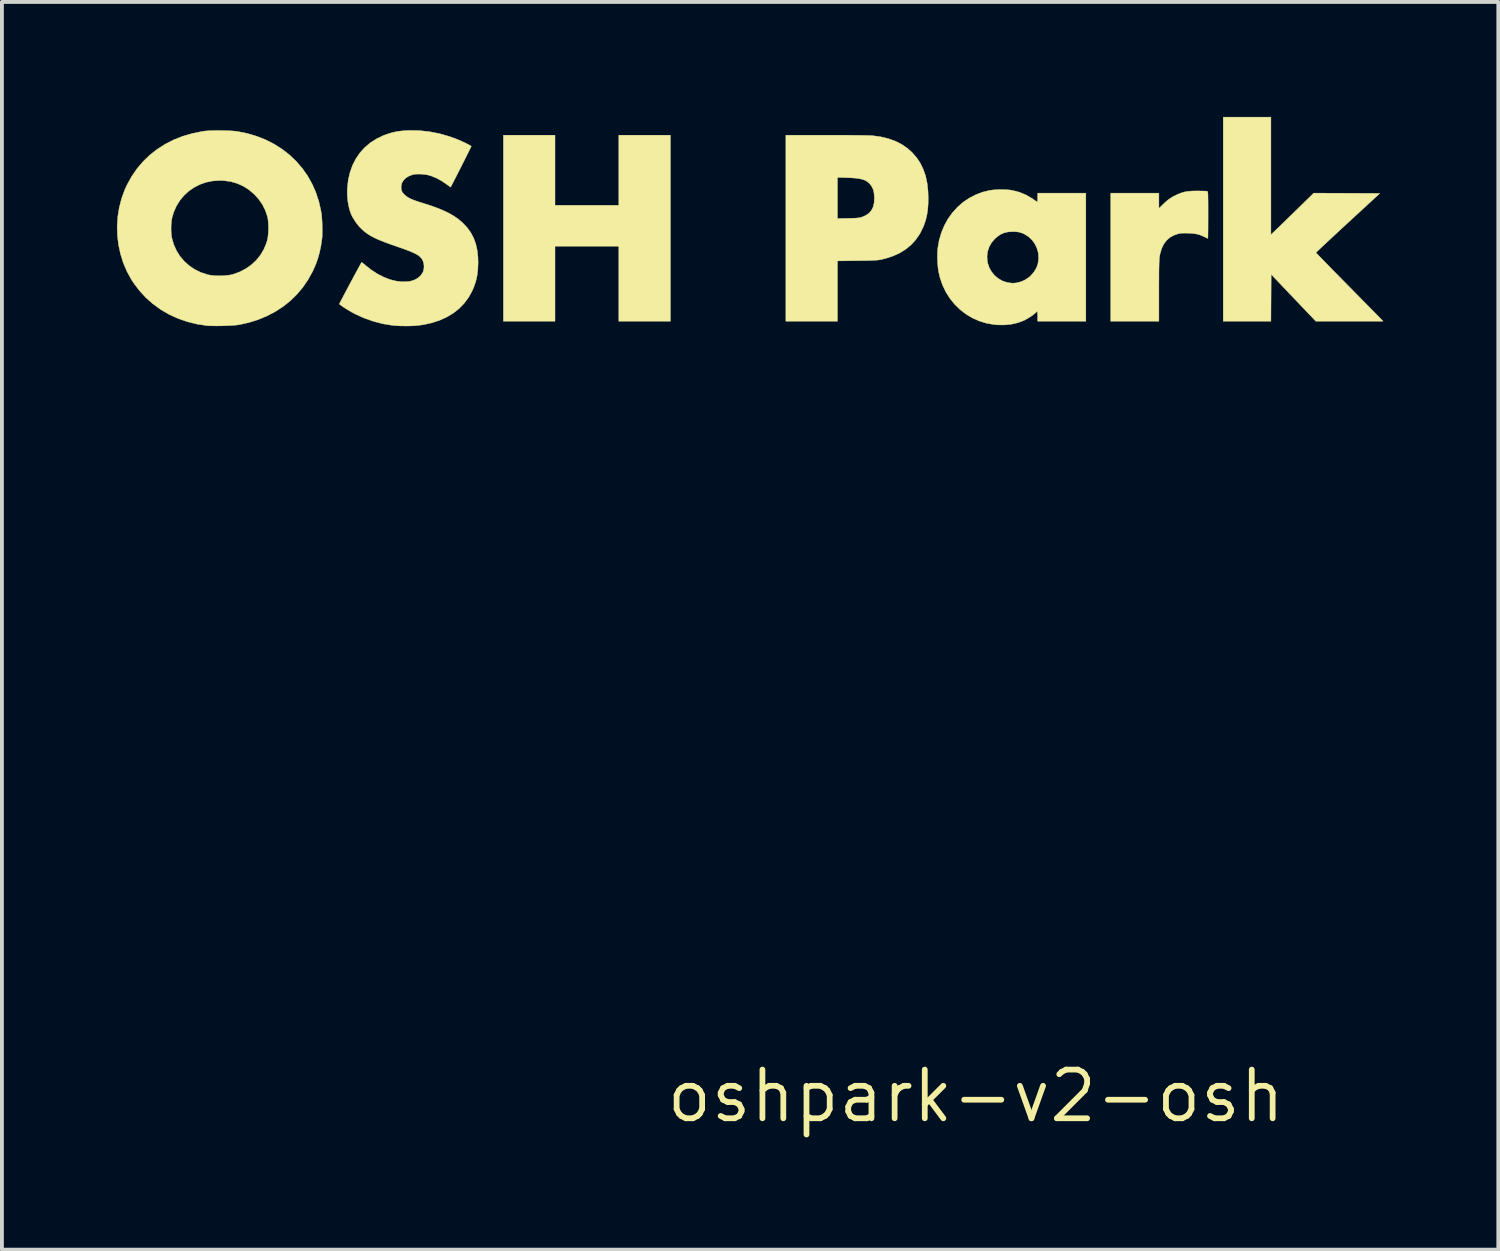
<source format=kicad_pcb>
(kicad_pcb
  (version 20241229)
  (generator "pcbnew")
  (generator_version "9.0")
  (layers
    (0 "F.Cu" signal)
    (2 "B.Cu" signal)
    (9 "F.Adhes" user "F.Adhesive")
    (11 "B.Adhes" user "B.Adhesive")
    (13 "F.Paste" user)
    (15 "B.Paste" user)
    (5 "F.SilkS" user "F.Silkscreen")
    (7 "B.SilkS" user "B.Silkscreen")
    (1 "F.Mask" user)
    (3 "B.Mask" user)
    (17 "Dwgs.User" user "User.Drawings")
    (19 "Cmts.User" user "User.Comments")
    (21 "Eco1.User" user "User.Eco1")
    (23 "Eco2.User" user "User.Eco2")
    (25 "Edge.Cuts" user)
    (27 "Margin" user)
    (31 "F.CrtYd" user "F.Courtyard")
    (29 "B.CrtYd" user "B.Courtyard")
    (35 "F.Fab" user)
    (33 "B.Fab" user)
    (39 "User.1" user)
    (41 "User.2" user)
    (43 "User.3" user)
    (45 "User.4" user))
  (footprint "oshpark-v2-osh"
    (layer "F.Cu")
    (at 22.396 25.532)
    (property "Reference" "oshpark-v2-osh" (at 0 0 0) (layer "F.SilkS") (effects (font (size 1.27 1.27) (thickness 0.15))))
    (attr through_hole)
    (fp_poly (pts (xy -10.973 -23.228) (xy -9.309 -23.228) (xy -9.309 -25.057) (xy -7.963 -25.057) (xy -7.963 -20.206) (xy -9.309 -20.206) (xy -9.309 -22.162) (xy -10.973 -22.162) (xy -10.973 -20.206) (xy -12.319 -20.206) (xy -12.319 -25.057) (xy -10.973 -25.057) (xy -10.973 -23.228)) (stroke (width 0.01) (type solid)) (fill yes) (layer "F.SilkS"))
    (fp_poly (pts (xy 7.696 -22.463) (xy 7.795 -22.556) (xy 7.823 -22.583) (xy 7.868 -22.627) (xy 7.927 -22.683) (xy 7.997 -22.751) (xy 8.076 -22.828) (xy 8.162 -22.912) (xy 8.253 -23) (xy 8.346 -23.092) (xy 8.352 -23.097) (xy 8.811 -23.546) (xy 9.673 -23.543) (xy 10.535 -23.539) (xy 9.703 -22.772) (xy 9.58 -22.658) (xy 9.462 -22.55) (xy 9.352 -22.447) (xy 9.249 -22.352) (xy 9.156 -22.265) (xy 9.074 -22.188) (xy 9.004 -22.122) (xy 8.947 -22.069) (xy 8.905 -22.029) (xy 8.879 -22.004) (xy 8.871 -21.995) (xy 8.88 -21.984) (xy 8.905 -21.957) (xy 8.945 -21.915) (xy 8.999 -21.859) (xy 9.066 -21.79) (xy 9.143 -21.711) (xy 9.23 -21.622) (xy 9.325 -21.524) (xy 9.428 -21.42) (xy 9.535 -21.311) (xy 9.551 -21.295) (xy 9.665 -21.179) (xy 9.779 -21.064) (xy 9.89 -20.951) (xy 9.997 -20.842) (xy 10.097 -20.74) (xy 10.189 -20.647) (xy 10.27 -20.565) (xy 10.339 -20.495) (xy 10.393 -20.439) (xy 10.426 -20.406) (xy 10.621 -20.206) (xy 8.866 -20.206) (xy 7.703 -21.427) (xy 7.696 -20.206) (xy 6.452 -20.206) (xy 6.452 -25.527) (xy 7.696 -25.527) (xy 7.696 -22.463)) (stroke (width 0.01) (type solid)) (fill yes) (layer "F.SilkS"))
    (fp_poly (pts (xy 5.854 -23.602) (xy 5.923 -23.601) (xy 5.979 -23.599) (xy 6.018 -23.597) (xy 6.036 -23.594) (xy 6.041 -23.59) (xy 6.045 -23.583) (xy 6.049 -23.57) (xy 6.051 -23.549) (xy 6.054 -23.518) (xy 6.055 -23.475) (xy 6.056 -23.417) (xy 6.057 -23.343) (xy 6.058 -23.25) (xy 6.058 -23.136) (xy 6.058 -22.999) (xy 6.058 -22.975) (xy 6.058 -22.853) (xy 6.057 -22.739) (xy 6.057 -22.636) (xy 6.056 -22.546) (xy 6.055 -22.471) (xy 6.054 -22.415) (xy 6.053 -22.378) (xy 6.051 -22.365) (xy 6.051 -22.365) (xy 6.037 -22.37) (xy 6.007 -22.384) (xy 5.972 -22.401) (xy 5.889 -22.439) (xy 5.811 -22.467) (xy 5.728 -22.485) (xy 5.635 -22.496) (xy 5.543 -22.501) (xy 5.461 -22.503) (xy 5.397 -22.502) (xy 5.346 -22.498) (xy 5.302 -22.491) (xy 5.283 -22.487) (xy 5.162 -22.445) (xy 5.058 -22.387) (xy 4.972 -22.31) (xy 4.901 -22.215) (xy 4.846 -22.101) (xy 4.807 -21.967) (xy 4.793 -21.895) (xy 4.789 -21.865) (xy 4.786 -21.827) (xy 4.783 -21.778) (xy 4.781 -21.716) (xy 4.779 -21.64) (xy 4.777 -21.547) (xy 4.776 -21.436) (xy 4.776 -21.305) (xy 4.775 -21.152) (xy 4.775 -20.996) (xy 4.775 -20.206) (xy 3.518 -20.206) (xy 3.518 -23.546) (xy 4.775 -23.546) (xy 4.775 -23.148) (xy 4.886 -23.256) (xy 4.958 -23.323) (xy 5.02 -23.375) (xy 5.081 -23.418) (xy 5.146 -23.457) (xy 5.223 -23.495) (xy 5.305 -23.532) (xy 5.381 -23.559) (xy 5.455 -23.579) (xy 5.535 -23.592) (xy 5.626 -23.6) (xy 5.734 -23.603) (xy 5.779 -23.603) (xy 5.854 -23.602)) (stroke (width 0.01) (type solid)) (fill yes) (layer "F.SilkS"))
    (fp_poly (pts (xy -3.896 -25.057) (xy -3.697 -25.057) (xy -3.512 -25.056) (xy -3.342 -25.056) (xy -3.187 -25.054) (xy -3.051 -25.053) (xy -2.933 -25.051) (xy -2.836 -25.049) (xy -2.76 -25.047) (xy -2.708 -25.045) (xy -2.692 -25.044) (xy -2.476 -25.014) (xy -2.277 -24.966) (xy -2.095 -24.9) (xy -1.929 -24.816) (xy -1.78 -24.713) (xy -1.66 -24.605) (xy -1.544 -24.473) (xy -1.447 -24.328) (xy -1.37 -24.169) (xy -1.31 -23.997) (xy -1.269 -23.808) (xy -1.246 -23.603) (xy -1.24 -23.419) (xy -1.243 -23.254) (xy -1.255 -23.107) (xy -1.275 -22.974) (xy -1.305 -22.848) (xy -1.346 -22.725) (xy -1.372 -22.66) (xy -1.455 -22.492) (xy -1.557 -22.341) (xy -1.677 -22.207) (xy -1.816 -22.09) (xy -1.973 -21.991) (xy -2.149 -21.909) (xy -2.343 -21.845) (xy -2.462 -21.816) (xy -2.496 -21.809) (xy -2.53 -21.804) (xy -2.568 -21.799) (xy -2.612 -21.796) (xy -2.665 -21.793) (xy -2.73 -21.79) (xy -2.811 -21.788) (xy -2.91 -21.786) (xy -3.03 -21.785) (xy -3.096 -21.784) (xy -3.607 -21.778) (xy -3.607 -20.206) (xy -4.953 -20.206) (xy -4.953 -22.883) (xy -3.607 -22.883) (xy -3.331 -22.888) (xy -3.236 -22.891) (xy -3.162 -22.893) (xy -3.105 -22.896) (xy -3.061 -22.901) (xy -3.025 -22.907) (xy -2.993 -22.914) (xy -2.971 -22.921) (xy -2.868 -22.965) (xy -2.785 -23.023) (xy -2.721 -23.096) (xy -2.677 -23.185) (xy -2.651 -23.29) (xy -2.644 -23.412) (xy -2.645 -23.45) (xy -2.655 -23.555) (xy -2.676 -23.643) (xy -2.711 -23.716) (xy -2.755 -23.777) (xy -2.8 -23.822) (xy -2.85 -23.859) (xy -2.908 -23.888) (xy -2.976 -23.91) (xy -3.059 -23.927) (xy -3.159 -23.938) (xy -3.279 -23.946) (xy -3.35 -23.948) (xy -3.607 -23.956) (xy -3.607 -22.883) (xy -4.953 -22.883) (xy -4.953 -25.057) (xy -3.896 -25.057)) (stroke (width 0.01) (type solid)) (fill yes) (layer "F.SilkS"))
    (fp_poly (pts (xy 0.791 -23.636) (xy 0.895 -23.627) (xy 0.956 -23.617) (xy 1.139 -23.569) (xy 1.31 -23.499) (xy 1.47 -23.406) (xy 1.51 -23.378) (xy 1.55 -23.35) (xy 1.582 -23.329) (xy 1.601 -23.318) (xy 1.603 -23.317) (xy 1.607 -23.329) (xy 1.611 -23.36) (xy 1.613 -23.406) (xy 1.613 -23.431) (xy 1.613 -23.546) (xy 2.87 -23.546) (xy 2.87 -20.206) (xy 1.613 -20.206) (xy 1.613 -20.333) (xy 1.612 -20.386) (xy 1.609 -20.428) (xy 1.605 -20.454) (xy 1.602 -20.46) (xy 1.587 -20.451) (xy 1.565 -20.431) (xy 1.562 -20.428) (xy 1.525 -20.395) (xy 1.472 -20.355) (xy 1.409 -20.312) (xy 1.342 -20.272) (xy 1.278 -20.237) (xy 1.253 -20.224) (xy 1.096 -20.165) (xy 0.926 -20.126) (xy 0.747 -20.108) (xy 0.56 -20.11) (xy 0.478 -20.118) (xy 0.279 -20.153) (xy 0.089 -20.211) (xy -0.09 -20.291) (xy -0.257 -20.391) (xy -0.411 -20.51) (xy -0.551 -20.646) (xy -0.674 -20.799) (xy -0.78 -20.966) (xy -0.867 -21.147) (xy -0.933 -21.339) (xy -0.972 -21.507) (xy -0.985 -21.602) (xy -0.995 -21.713) (xy -1 -21.831) (xy -1 -21.895) (xy 0.293 -21.895) (xy 0.302 -21.765) (xy 0.312 -21.718) (xy 0.351 -21.602) (xy 0.411 -21.496) (xy 0.489 -21.401) (xy 0.582 -21.322) (xy 0.686 -21.261) (xy 0.798 -21.222) (xy 0.83 -21.215) (xy 0.897 -21.204) (xy 0.949 -21.199) (xy 0.996 -21.199) (xy 1.049 -21.205) (xy 1.079 -21.21) (xy 1.189 -21.239) (xy 1.295 -21.289) (xy 1.392 -21.355) (xy 1.444 -21.404) (xy 1.524 -21.499) (xy 1.58 -21.594) (xy 1.617 -21.692) (xy 1.635 -21.799) (xy 1.638 -21.875) (xy 1.626 -22) (xy 1.591 -22.119) (xy 1.536 -22.23) (xy 1.463 -22.328) (xy 1.374 -22.411) (xy 1.271 -22.475) (xy 1.266 -22.478) (xy 1.193 -22.509) (xy 1.124 -22.529) (xy 1.051 -22.539) (xy 0.965 -22.542) (xy 0.841 -22.534) (xy 0.731 -22.508) (xy 0.632 -22.462) (xy 0.539 -22.394) (xy 0.494 -22.352) (xy 0.409 -22.251) (xy 0.347 -22.14) (xy 0.308 -22.02) (xy 0.293 -21.895) (xy -1 -21.895) (xy -1.001 -21.947) (xy -0.997 -22.053) (xy -0.992 -22.106) (xy -0.956 -22.315) (xy -0.898 -22.513) (xy -0.821 -22.7) (xy -0.724 -22.875) (xy -0.61 -23.035) (xy -0.479 -23.179) (xy -0.333 -23.307) (xy -0.172 -23.416) (xy 0.001 -23.506) (xy 0.186 -23.575) (xy 0.356 -23.616) (xy 0.451 -23.629) (xy 0.561 -23.637) (xy 0.677 -23.639) (xy 0.791 -23.636)) (stroke (width 0.01) (type solid)) (fill yes) (layer "F.SilkS"))
    (fp_poly (pts (xy -19.643 -25.177) (xy -19.53 -25.175) (xy -19.424 -25.17) (xy -19.331 -25.163) (xy -19.257 -25.155) (xy -19.253 -25.154) (xy -18.993 -25.101) (xy -18.745 -25.027) (xy -18.51 -24.933) (xy -18.289 -24.82) (xy -18.083 -24.688) (xy -17.892 -24.539) (xy -17.718 -24.372) (xy -17.562 -24.191) (xy -17.424 -23.994) (xy -17.305 -23.783) (xy -17.207 -23.559) (xy -17.13 -23.323) (xy -17.075 -23.076) (xy -17.062 -22.993) (xy -17.055 -22.93) (xy -17.05 -22.849) (xy -17.045 -22.758) (xy -17.043 -22.662) (xy -17.042 -22.567) (xy -17.043 -22.48) (xy -17.045 -22.407) (xy -17.05 -22.355) (xy -17.078 -22.166) (xy -17.114 -21.996) (xy -17.158 -21.838) (xy -17.213 -21.686) (xy -17.279 -21.534) (xy -17.295 -21.501) (xy -17.411 -21.292) (xy -17.546 -21.094) (xy -17.699 -20.911) (xy -17.863 -20.749) (xy -18.051 -20.597) (xy -18.256 -20.462) (xy -18.477 -20.346) (xy -18.71 -20.248) (xy -18.953 -20.172) (xy -19.203 -20.116) (xy -19.242 -20.11) (xy -19.304 -20.102) (xy -19.387 -20.096) (xy -19.484 -20.091) (xy -19.589 -20.087) (xy -19.698 -20.084) (xy -19.804 -20.083) (xy -19.902 -20.084) (xy -19.987 -20.087) (xy -20.053 -20.091) (xy -20.06 -20.092) (xy -20.323 -20.133) (xy -20.576 -20.197) (xy -20.817 -20.282) (xy -21.045 -20.387) (xy -21.26 -20.513) (xy -21.46 -20.659) (xy -21.645 -20.823) (xy -21.813 -21.006) (xy -21.964 -21.206) (xy -22.019 -21.291) (xy -22.136 -21.504) (xy -22.231 -21.727) (xy -22.304 -21.96) (xy -22.355 -22.198) (xy -22.384 -22.44) (xy -22.389 -22.618) (xy -20.985 -22.618) (xy -20.982 -22.512) (xy -20.972 -22.416) (xy -20.963 -22.37) (xy -20.913 -22.2) (xy -20.841 -22.041) (xy -20.749 -21.896) (xy -20.638 -21.766) (xy -20.51 -21.652) (xy -20.366 -21.555) (xy -20.209 -21.478) (xy -20.039 -21.422) (xy -19.99 -21.411) (xy -19.899 -21.397) (xy -19.793 -21.39) (xy -19.68 -21.389) (xy -19.567 -21.396) (xy -19.463 -21.408) (xy -19.374 -21.427) (xy -19.364 -21.43) (xy -19.19 -21.494) (xy -19.03 -21.578) (xy -18.887 -21.68) (xy -18.761 -21.798) (xy -18.653 -21.933) (xy -18.565 -22.082) (xy -18.497 -22.245) (xy -18.476 -22.316) (xy -18.461 -22.39) (xy -18.451 -22.48) (xy -18.446 -22.581) (xy -18.445 -22.684) (xy -18.45 -22.783) (xy -18.459 -22.87) (xy -18.471 -22.93) (xy -18.527 -23.096) (xy -18.602 -23.247) (xy -18.699 -23.387) (xy -18.814 -23.514) (xy -18.952 -23.632) (xy -19.1 -23.726) (xy -19.259 -23.798) (xy -19.428 -23.847) (xy -19.608 -23.872) (xy -19.717 -23.876) (xy -19.897 -23.864) (xy -20.069 -23.829) (xy -20.232 -23.772) (xy -20.384 -23.695) (xy -20.523 -23.599) (xy -20.647 -23.485) (xy -20.755 -23.355) (xy -20.846 -23.209) (xy -20.916 -23.05) (xy -20.957 -22.914) (xy -20.972 -22.828) (xy -20.982 -22.727) (xy -20.985 -22.618) (xy -22.389 -22.618) (xy -22.391 -22.685) (xy -22.375 -22.929) (xy -22.336 -23.171) (xy -22.275 -23.407) (xy -22.191 -23.637) (xy -22.137 -23.754) (xy -22.016 -23.976) (xy -21.875 -24.181) (xy -21.716 -24.369) (xy -21.54 -24.539) (xy -21.347 -24.69) (xy -21.139 -24.823) (xy -20.915 -24.937) (xy -20.677 -25.031) (xy -20.424 -25.104) (xy -20.159 -25.157) (xy -20.136 -25.161) (xy -20.066 -25.168) (xy -19.976 -25.174) (xy -19.872 -25.177) (xy -19.759 -25.178) (xy -19.643 -25.177)) (stroke (width 0.01) (type solid)) (fill yes) (layer "F.SilkS"))
    (fp_poly (pts (xy -14.514 -25.177) (xy -14.25 -25.149) (xy -13.985 -25.097) (xy -13.72 -25.021) (xy -13.551 -24.959) (xy -13.479 -24.93) (xy -13.406 -24.898) (xy -13.337 -24.866) (xy -13.273 -24.835) (xy -13.22 -24.808) (xy -13.181 -24.785) (xy -13.16 -24.77) (xy -13.157 -24.765) (xy -13.163 -24.752) (xy -13.178 -24.72) (xy -13.203 -24.67) (xy -13.235 -24.606) (xy -13.273 -24.53) (xy -13.315 -24.445) (xy -13.361 -24.354) (xy -13.409 -24.26) (xy -13.457 -24.164) (xy -13.504 -24.071) (xy -13.549 -23.983) (xy -13.591 -23.902) (xy -13.627 -23.831) (xy -13.657 -23.773) (xy -13.679 -23.731) (xy -13.692 -23.707) (xy -13.694 -23.703) (xy -13.705 -23.709) (xy -13.732 -23.727) (xy -13.771 -23.755) (xy -13.816 -23.788) (xy -13.939 -23.87) (xy -14.069 -23.94) (xy -14.198 -23.993) (xy -14.274 -24.016) (xy -14.352 -24.031) (xy -14.44 -24.04) (xy -14.528 -24.043) (xy -14.61 -24.04) (xy -14.676 -24.03) (xy -14.683 -24.028) (xy -14.782 -23.991) (xy -14.864 -23.941) (xy -14.926 -23.879) (xy -14.967 -23.806) (xy -14.985 -23.725) (xy -14.986 -23.702) (xy -14.979 -23.629) (xy -14.955 -23.569) (xy -14.911 -23.516) (xy -14.901 -23.506) (xy -14.859 -23.471) (xy -14.815 -23.44) (xy -14.765 -23.411) (xy -14.705 -23.384) (xy -14.633 -23.355) (xy -14.544 -23.324) (xy -14.435 -23.29) (xy -14.395 -23.277) (xy -14.196 -23.213) (xy -14.02 -23.149) (xy -13.865 -23.084) (xy -13.728 -23.017) (xy -13.606 -22.946) (xy -13.497 -22.87) (xy -13.4 -22.788) (xy -13.382 -22.772) (xy -13.266 -22.65) (xy -13.171 -22.519) (xy -13.096 -22.378) (xy -13.04 -22.225) (xy -13.002 -22.058) (xy -12.982 -21.875) (xy -12.978 -21.735) (xy -12.985 -21.556) (xy -13.005 -21.393) (xy -13.039 -21.241) (xy -13.09 -21.094) (xy -13.137 -20.987) (xy -13.231 -20.819) (xy -13.345 -20.668) (xy -13.477 -20.532) (xy -13.628 -20.414) (xy -13.797 -20.313) (xy -13.982 -20.229) (xy -14.185 -20.163) (xy -14.404 -20.115) (xy -14.522 -20.098) (xy -14.627 -20.088) (xy -14.749 -20.082) (xy -14.879 -20.081) (xy -15.009 -20.083) (xy -15.131 -20.09) (xy -15.219 -20.098) (xy -15.465 -20.139) (xy -15.71 -20.203) (xy -15.949 -20.287) (xy -16.176 -20.39) (xy -16.218 -20.411) (xy -16.282 -20.446) (xy -16.348 -20.485) (xy -16.414 -20.525) (xy -16.474 -20.563) (xy -16.526 -20.598) (xy -16.566 -20.627) (xy -16.59 -20.648) (xy -16.596 -20.657) (xy -16.589 -20.672) (xy -16.572 -20.707) (xy -16.545 -20.758) (xy -16.511 -20.823) (xy -16.471 -20.899) (xy -16.426 -20.984) (xy -16.378 -21.075) (xy -16.327 -21.17) (xy -16.276 -21.265) (xy -16.226 -21.359) (xy -16.178 -21.448) (xy -16.133 -21.53) (xy -16.094 -21.603) (xy -16.061 -21.663) (xy -16.036 -21.708) (xy -16.021 -21.735) (xy -16.016 -21.742) (xy -16.003 -21.734) (xy -15.977 -21.714) (xy -15.94 -21.684) (xy -15.919 -21.666) (xy -15.761 -21.542) (xy -15.6 -21.438) (xy -15.437 -21.355) (xy -15.275 -21.292) (xy -15.115 -21.252) (xy -14.958 -21.234) (xy -14.808 -21.24) (xy -14.75 -21.248) (xy -14.647 -21.278) (xy -14.556 -21.327) (xy -14.481 -21.391) (xy -14.425 -21.47) (xy -14.414 -21.492) (xy -14.394 -21.562) (xy -14.388 -21.642) (xy -14.398 -21.722) (xy -14.421 -21.789) (xy -14.443 -21.828) (xy -14.471 -21.864) (xy -14.506 -21.897) (xy -14.55 -21.93) (xy -14.607 -21.962) (xy -14.677 -21.996) (xy -14.763 -22.033) (xy -14.868 -22.073) (xy -14.993 -22.118) (xy -15.104 -22.156) (xy -15.26 -22.211) (xy -15.395 -22.26) (xy -15.51 -22.305) (xy -15.61 -22.347) (xy -15.697 -22.388) (xy -15.773 -22.429) (xy -15.841 -22.471) (xy -15.904 -22.515) (xy -15.966 -22.563) (xy -15.969 -22.566) (xy -16.075 -22.668) (xy -16.17 -22.789) (xy -16.252 -22.921) (xy -16.289 -22.997) (xy -16.327 -23.103) (xy -16.357 -23.227) (xy -16.379 -23.361) (xy -16.39 -23.5) (xy -16.391 -23.637) (xy -16.389 -23.673) (xy -16.365 -23.886) (xy -16.319 -24.085) (xy -16.254 -24.269) (xy -16.168 -24.439) (xy -16.062 -24.594) (xy -15.938 -24.732) (xy -15.795 -24.854) (xy -15.633 -24.959) (xy -15.454 -25.046) (xy -15.337 -25.089) (xy -15.227 -25.122) (xy -15.119 -25.147) (xy -15.006 -25.164) (xy -14.88 -25.176) (xy -14.775 -25.181) (xy -14.514 -25.177)) (stroke (width 0.01) (type solid)) (fill yes) (layer "F.SilkS")))
  (gr_rect
    (start -3 -3)
    (end 36.022 29.538)
    (stroke (width 0.1) (type default))
    (fill no)
    (layer "Edge.Cuts")))
</source>
